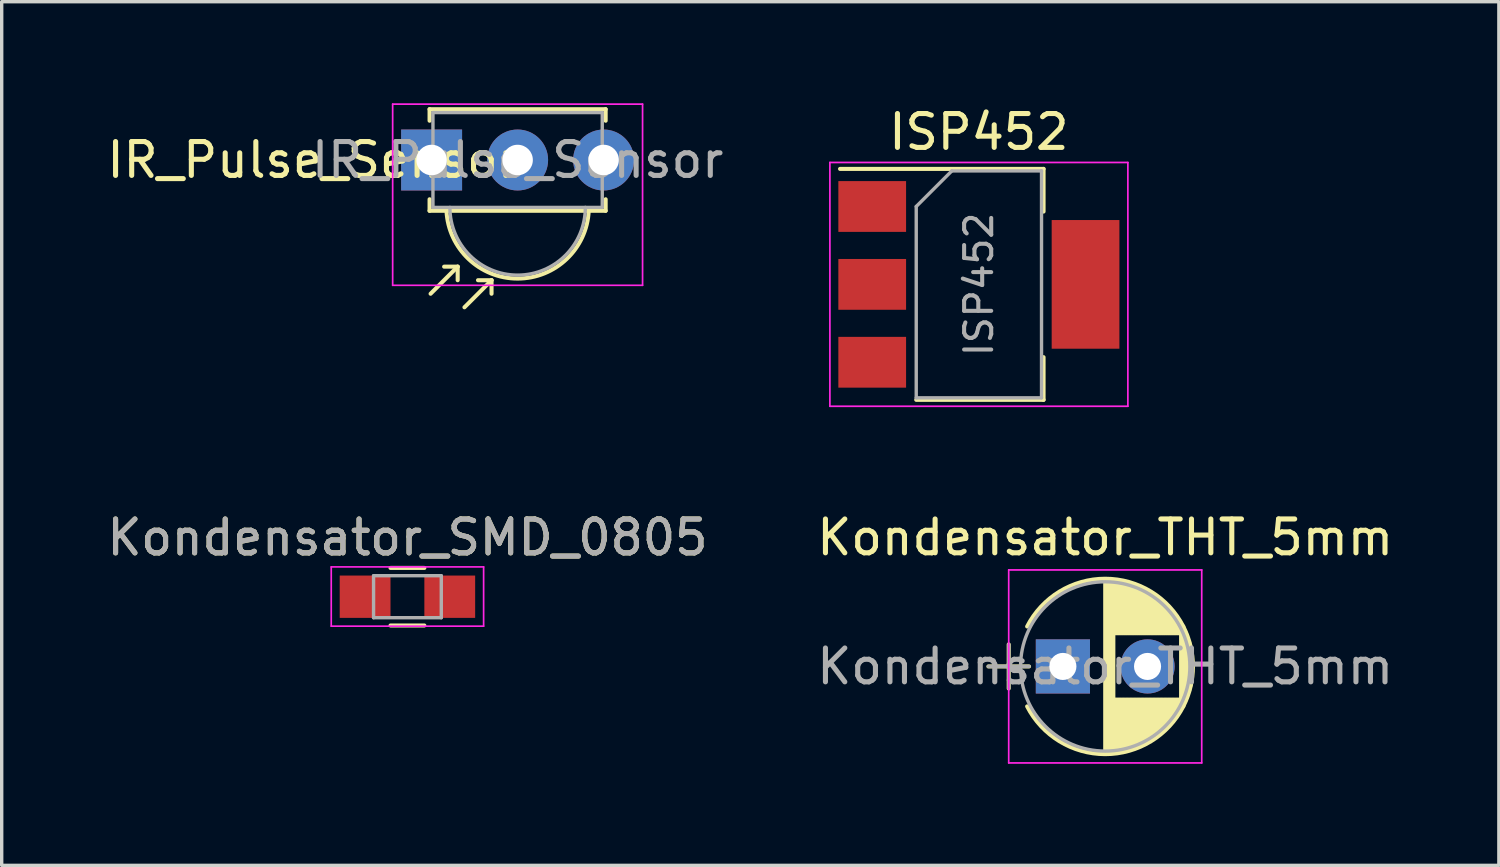
<source format=kicad_pcb>
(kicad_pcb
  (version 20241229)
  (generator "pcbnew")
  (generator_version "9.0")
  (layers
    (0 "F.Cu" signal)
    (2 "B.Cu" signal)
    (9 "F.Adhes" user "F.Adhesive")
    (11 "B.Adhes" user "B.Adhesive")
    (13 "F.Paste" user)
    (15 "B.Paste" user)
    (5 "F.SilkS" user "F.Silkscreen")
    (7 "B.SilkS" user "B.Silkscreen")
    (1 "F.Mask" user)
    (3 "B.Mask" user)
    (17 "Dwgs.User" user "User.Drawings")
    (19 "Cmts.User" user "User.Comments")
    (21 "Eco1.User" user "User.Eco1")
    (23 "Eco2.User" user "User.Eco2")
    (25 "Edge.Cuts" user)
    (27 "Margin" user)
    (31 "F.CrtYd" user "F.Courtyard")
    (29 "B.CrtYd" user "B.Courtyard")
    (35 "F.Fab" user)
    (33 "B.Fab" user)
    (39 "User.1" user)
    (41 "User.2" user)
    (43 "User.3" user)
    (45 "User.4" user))
  (footprint "IR_Pulse_Sensor"
    (layer "F.Cu")
    (at 9.696 1.675)
    (property "Reference" "IR_Pulse_Sensor" (at -3.5 0 180) (layer "F.SilkS") (effects (font (size 1 1) (thickness 0.15))))
    (attr through_hole)
    (fp_line (start -0.06 -1.5) (end -0.06 -1.16) (stroke (width 0.12) (type solid)) (layer "F.SilkS"))
    (fp_line (start -0.06 1.5) (end -0.06 1.16) (stroke (width 0.12) (type solid)) (layer "F.SilkS"))
    (fp_line (start 0.77 3.15) (end -0.03 3.95) (stroke (width 0.12) (type solid)) (layer "F.SilkS"))
    (fp_line (start 0.77 3.15) (end 0.37 3.15) (stroke (width 0.12) (type solid)) (layer "F.SilkS"))
    (fp_line (start 0.77 3.15) (end 0.77 3.55) (stroke (width 0.12) (type solid)) (layer "F.SilkS"))
    (fp_line (start 1.77 3.55) (end 0.97 4.35) (stroke (width 0.12) (type solid)) (layer "F.SilkS"))
    (fp_line (start 1.77 3.55) (end 1.37 3.55) (stroke (width 0.12) (type solid)) (layer "F.SilkS"))
    (fp_line (start 1.77 3.55) (end 1.77 3.95) (stroke (width 0.12) (type solid)) (layer "F.SilkS"))
    (fp_line (start 5.14 -1.5) (end -0.06 -1.5) (stroke (width 0.12) (type solid)) (layer "F.SilkS"))
    (fp_line (start 5.14 -1.16) (end 5.14 -1.5) (stroke (width 0.12) (type solid)) (layer "F.SilkS"))
    (fp_line (start 5.14 1.16) (end 5.14 1.5) (stroke (width 0.12) (type solid)) (layer "F.SilkS"))
    (fp_line (start 5.14 1.5) (end -0.06 1.5) (stroke (width 0.12) (type solid)) (layer "F.SilkS"))
    (fp_arc (start 4.64 1.5) (mid 2.540869 3.502379) (end 0.440083 1.501736) (stroke (width 0.12) (type solid)) (layer "F.SilkS"))
    (fp_line (start -1.15 -1.65) (end -1.15 3.7) (stroke (width 0.05) (type solid)) (layer "F.CrtYd"))
    (fp_line (start -1.15 -1.65) (end 6.23 -1.65) (stroke (width 0.05) (type solid)) (layer "F.CrtYd"))
    (fp_line (start 6.23 3.7) (end -1.15 3.7) (stroke (width 0.05) (type solid)) (layer "F.CrtYd"))
    (fp_line (start 6.23 3.7) (end 6.23 -1.65) (stroke (width 0.05) (type solid)) (layer "F.CrtYd"))
    (fp_line (start 0.04 -1.4) (end 5.04 -1.4) (stroke (width 0.1) (type solid)) (layer "F.Fab"))
    (fp_line (start 0.04 1.4) (end 0.04 -1.4) (stroke (width 0.1) (type solid)) (layer "F.Fab"))
    (fp_line (start 5.04 -1.4) (end 5.04 1.4) (stroke (width 0.1) (type solid)) (layer "F.Fab"))
    (fp_line (start 5.04 1.4) (end 0.04 1.4) (stroke (width 0.1) (type solid)) (layer "F.Fab"))
    (fp_arc (start 4.54 1.4) (mid 2.54 3.4) (end 0.54 1.4) (stroke (width 0.1) (type solid)) (layer "F.Fab"))
    (fp_text user "${REFERENCE}" (at 2.54 0 0) (layer "F.Fab") (effects (font (size 1 1) (thickness 0.15))))
    (pad "1" thru_hole rect (at 0 0) (size 1.8 1.8) (drill 0.9) (layers "*.Cu" "*.Mask"))
    (pad "2" thru_hole circle (at 2.54 0) (size 1.8 1.8) (drill 0.9) (layers "*.Cu" "*.Mask"))
    (pad "3" thru_hole circle (at 5.08 0) (size 1.8 1.8) (drill 0.9) (layers "*.Cu" "*.Mask")))
  (footprint "ISP452"
    (layer "F.Cu")
    (at 25.858 5.348)
    (property "Reference" "ISP452" (at 0 -4.5 0) (layer "F.SilkS") (effects (font (size 1 1) (thickness 0.15))))
    (attr smd)
    (fp_line (start -4.1 -3.41) (end 1.91 -3.41) (stroke (width 0.12) (type solid)) (layer "F.SilkS"))
    (fp_line (start -1.85 3.41) (end 1.91 3.41) (stroke (width 0.12) (type solid)) (layer "F.SilkS"))
    (fp_line (start 1.91 -3.41) (end 1.91 -2.15) (stroke (width 0.12) (type solid)) (layer "F.SilkS"))
    (fp_line (start 1.91 3.41) (end 1.91 2.15) (stroke (width 0.12) (type solid)) (layer "F.SilkS"))
    (fp_line (start -4.4 -3.6) (end -4.4 3.6) (stroke (width 0.05) (type solid)) (layer "F.CrtYd"))
    (fp_line (start -4.4 3.6) (end 4.4 3.6) (stroke (width 0.05) (type solid)) (layer "F.CrtYd"))
    (fp_line (start 4.4 -3.6) (end -4.4 -3.6) (stroke (width 0.05) (type solid)) (layer "F.CrtYd"))
    (fp_line (start 4.4 3.6) (end 4.4 -3.6) (stroke (width 0.05) (type solid)) (layer "F.CrtYd"))
    (fp_line (start -1.85 -2.3) (end -1.85 3.35) (stroke (width 0.1) (type solid)) (layer "F.Fab"))
    (fp_line (start -1.85 -2.3) (end -0.8 -3.35) (stroke (width 0.1) (type solid)) (layer "F.Fab"))
    (fp_line (start -1.85 3.35) (end 1.85 3.35) (stroke (width 0.1) (type solid)) (layer "F.Fab"))
    (fp_line (start -0.8 -3.35) (end 1.85 -3.35) (stroke (width 0.1) (type solid)) (layer "F.Fab"))
    (fp_line (start 1.85 -3.35) (end 1.85 3.35) (stroke (width 0.1) (type solid)) (layer "F.Fab"))
    (fp_text user "${REFERENCE}" (at 0 0 90) (layer "F.Fab") (effects (font (size 0.8 0.8) (thickness 0.12))))
    (pad "1" smd rect (at -3.15 -2.3) (size 2 1.5) (layers "F.Cu" "F.Mask" "F.Paste"))
    (pad "2" smd rect (at -3.15 0) (size 2 1.5) (layers "F.Cu" "F.Mask" "F.Paste"))
    (pad "3" smd rect (at -3.15 2.3) (size 2 1.5) (layers "F.Cu" "F.Mask" "F.Paste"))
    (pad "4" smd rect (at 3.15 0) (size 2 3.8) (layers "F.Cu" "F.Mask" "F.Paste")))
  (footprint "Kondensator_THT_5mm"
    (layer "F.Cu")
    (at 28.339 16.631)
    (property "Reference" "Kondensator_THT_5mm" (at 1.25 -3.81 0) (layer "F.SilkS") (effects (font (size 1 1) (thickness 0.15))))
    (attr through_hole)
    (fp_line (start -2.2 0) (end -1 0) (stroke (width 0.12) (type solid)) (layer "F.SilkS"))
    (fp_line (start -1.6 -0.65) (end -1.6 0.65) (stroke (width 0.12) (type solid)) (layer "F.SilkS"))
    (fp_line (start 1.25 -2.55) (end 1.25 2.55) (stroke (width 0.12) (type solid)) (layer "F.SilkS"))
    (fp_line (start 1.29 -2.55) (end 1.29 2.55) (stroke (width 0.12) (type solid)) (layer "F.SilkS"))
    (fp_line (start 1.33 -2.549) (end 1.33 2.549) (stroke (width 0.12) (type solid)) (layer "F.SilkS"))
    (fp_line (start 1.37 -2.548) (end 1.37 2.548) (stroke (width 0.12) (type solid)) (layer "F.SilkS"))
    (fp_line (start 1.41 -2.546) (end 1.41 2.546) (stroke (width 0.12) (type solid)) (layer "F.SilkS"))
    (fp_line (start 1.45 -2.543) (end 1.45 2.543) (stroke (width 0.12) (type solid)) (layer "F.SilkS"))
    (fp_line (start 1.49 -2.539) (end 1.49 2.539) (stroke (width 0.12) (type solid)) (layer "F.SilkS"))
    (fp_line (start 1.53 -2.535) (end 1.53 -0.98) (stroke (width 0.12) (type solid)) (layer "F.SilkS"))
    (fp_line (start 1.53 0.98) (end 1.53 2.535) (stroke (width 0.12) (type solid)) (layer "F.SilkS"))
    (fp_line (start 1.57 -2.531) (end 1.57 -0.98) (stroke (width 0.12) (type solid)) (layer "F.SilkS"))
    (fp_line (start 1.57 0.98) (end 1.57 2.531) (stroke (width 0.12) (type solid)) (layer "F.SilkS"))
    (fp_line (start 1.61 -2.525) (end 1.61 -0.98) (stroke (width 0.12) (type solid)) (layer "F.SilkS"))
    (fp_line (start 1.61 0.98) (end 1.61 2.525) (stroke (width 0.12) (type solid)) (layer "F.SilkS"))
    (fp_line (start 1.65 -2.519) (end 1.65 -0.98) (stroke (width 0.12) (type solid)) (layer "F.SilkS"))
    (fp_line (start 1.65 0.98) (end 1.65 2.519) (stroke (width 0.12) (type solid)) (layer "F.SilkS"))
    (fp_line (start 1.69 -2.513) (end 1.69 -0.98) (stroke (width 0.12) (type solid)) (layer "F.SilkS"))
    (fp_line (start 1.69 0.98) (end 1.69 2.513) (stroke (width 0.12) (type solid)) (layer "F.SilkS"))
    (fp_line (start 1.73 -2.506) (end 1.73 -0.98) (stroke (width 0.12) (type solid)) (layer "F.SilkS"))
    (fp_line (start 1.73 0.98) (end 1.73 2.506) (stroke (width 0.12) (type solid)) (layer "F.SilkS"))
    (fp_line (start 1.77 -2.498) (end 1.77 -0.98) (stroke (width 0.12) (type solid)) (layer "F.SilkS"))
    (fp_line (start 1.77 0.98) (end 1.77 2.498) (stroke (width 0.12) (type solid)) (layer "F.SilkS"))
    (fp_line (start 1.81 -2.489) (end 1.81 -0.98) (stroke (width 0.12) (type solid)) (layer "F.SilkS"))
    (fp_line (start 1.81 0.98) (end 1.81 2.489) (stroke (width 0.12) (type solid)) (layer "F.SilkS"))
    (fp_line (start 1.85 -2.48) (end 1.85 -0.98) (stroke (width 0.12) (type solid)) (layer "F.SilkS"))
    (fp_line (start 1.85 0.98) (end 1.85 2.48) (stroke (width 0.12) (type solid)) (layer "F.SilkS"))
    (fp_line (start 1.89 -2.47) (end 1.89 -0.98) (stroke (width 0.12) (type solid)) (layer "F.SilkS"))
    (fp_line (start 1.89 0.98) (end 1.89 2.47) (stroke (width 0.12) (type solid)) (layer "F.SilkS"))
    (fp_line (start 1.93 -2.46) (end 1.93 -0.98) (stroke (width 0.12) (type solid)) (layer "F.SilkS"))
    (fp_line (start 1.93 0.98) (end 1.93 2.46) (stroke (width 0.12) (type solid)) (layer "F.SilkS"))
    (fp_line (start 1.971 -2.448) (end 1.971 -0.98) (stroke (width 0.12) (type solid)) (layer "F.SilkS"))
    (fp_line (start 1.971 0.98) (end 1.971 2.448) (stroke (width 0.12) (type solid)) (layer "F.SilkS"))
    (fp_line (start 2.011 -2.436) (end 2.011 -0.98) (stroke (width 0.12) (type solid)) (layer "F.SilkS"))
    (fp_line (start 2.011 0.98) (end 2.011 2.436) (stroke (width 0.12) (type solid)) (layer "F.SilkS"))
    (fp_line (start 2.051 -2.424) (end 2.051 -0.98) (stroke (width 0.12) (type solid)) (layer "F.SilkS"))
    (fp_line (start 2.051 0.98) (end 2.051 2.424) (stroke (width 0.12) (type solid)) (layer "F.SilkS"))
    (fp_line (start 2.091 -2.41) (end 2.091 -0.98) (stroke (width 0.12) (type solid)) (layer "F.SilkS"))
    (fp_line (start 2.091 0.98) (end 2.091 2.41) (stroke (width 0.12) (type solid)) (layer "F.SilkS"))
    (fp_line (start 2.131 -2.396) (end 2.131 -0.98) (stroke (width 0.12) (type solid)) (layer "F.SilkS"))
    (fp_line (start 2.131 0.98) (end 2.131 2.396) (stroke (width 0.12) (type solid)) (layer "F.SilkS"))
    (fp_line (start 2.171 -2.382) (end 2.171 -0.98) (stroke (width 0.12) (type solid)) (layer "F.SilkS"))
    (fp_line (start 2.171 0.98) (end 2.171 2.382) (stroke (width 0.12) (type solid)) (layer "F.SilkS"))
    (fp_line (start 2.211 -2.366) (end 2.211 -0.98) (stroke (width 0.12) (type solid)) (layer "F.SilkS"))
    (fp_line (start 2.211 0.98) (end 2.211 2.366) (stroke (width 0.12) (type solid)) (layer "F.SilkS"))
    (fp_line (start 2.251 -2.35) (end 2.251 -0.98) (stroke (width 0.12) (type solid)) (layer "F.SilkS"))
    (fp_line (start 2.251 0.98) (end 2.251 2.35) (stroke (width 0.12) (type solid)) (layer "F.SilkS"))
    (fp_line (start 2.291 -2.333) (end 2.291 -0.98) (stroke (width 0.12) (type solid)) (layer "F.SilkS"))
    (fp_line (start 2.291 0.98) (end 2.291 2.333) (stroke (width 0.12) (type solid)) (layer "F.SilkS"))
    (fp_line (start 2.331 -2.315) (end 2.331 -0.98) (stroke (width 0.12) (type solid)) (layer "F.SilkS"))
    (fp_line (start 2.331 0.98) (end 2.331 2.315) (stroke (width 0.12) (type solid)) (layer "F.SilkS"))
    (fp_line (start 2.371 -2.296) (end 2.371 -0.98) (stroke (width 0.12) (type solid)) (layer "F.SilkS"))
    (fp_line (start 2.371 0.98) (end 2.371 2.296) (stroke (width 0.12) (type solid)) (layer "F.SilkS"))
    (fp_line (start 2.411 -2.276) (end 2.411 -0.98) (stroke (width 0.12) (type solid)) (layer "F.SilkS"))
    (fp_line (start 2.411 0.98) (end 2.411 2.276) (stroke (width 0.12) (type solid)) (layer "F.SilkS"))
    (fp_line (start 2.451 -2.256) (end 2.451 -0.98) (stroke (width 0.12) (type solid)) (layer "F.SilkS"))
    (fp_line (start 2.451 0.98) (end 2.451 2.256) (stroke (width 0.12) (type solid)) (layer "F.SilkS"))
    (fp_line (start 2.491 -2.234) (end 2.491 -0.98) (stroke (width 0.12) (type solid)) (layer "F.SilkS"))
    (fp_line (start 2.491 0.98) (end 2.491 2.234) (stroke (width 0.12) (type solid)) (layer "F.SilkS"))
    (fp_line (start 2.531 -2.212) (end 2.531 -0.98) (stroke (width 0.12) (type solid)) (layer "F.SilkS"))
    (fp_line (start 2.531 0.98) (end 2.531 2.212) (stroke (width 0.12) (type solid)) (layer "F.SilkS"))
    (fp_line (start 2.571 -2.189) (end 2.571 -0.98) (stroke (width 0.12) (type solid)) (layer "F.SilkS"))
    (fp_line (start 2.571 0.98) (end 2.571 2.189) (stroke (width 0.12) (type solid)) (layer "F.SilkS"))
    (fp_line (start 2.611 -2.165) (end 2.611 -0.98) (stroke (width 0.12) (type solid)) (layer "F.SilkS"))
    (fp_line (start 2.611 0.98) (end 2.611 2.165) (stroke (width 0.12) (type solid)) (layer "F.SilkS"))
    (fp_line (start 2.651 -2.14) (end 2.651 -0.98) (stroke (width 0.12) (type solid)) (layer "F.SilkS"))
    (fp_line (start 2.651 0.98) (end 2.651 2.14) (stroke (width 0.12) (type solid)) (layer "F.SilkS"))
    (fp_line (start 2.691 -2.113) (end 2.691 -0.98) (stroke (width 0.12) (type solid)) (layer "F.SilkS"))
    (fp_line (start 2.691 0.98) (end 2.691 2.113) (stroke (width 0.12) (type solid)) (layer "F.SilkS"))
    (fp_line (start 2.731 -2.086) (end 2.731 -0.98) (stroke (width 0.12) (type solid)) (layer "F.SilkS"))
    (fp_line (start 2.731 0.98) (end 2.731 2.086) (stroke (width 0.12) (type solid)) (layer "F.SilkS"))
    (fp_line (start 2.771 -2.058) (end 2.771 -0.98) (stroke (width 0.12) (type solid)) (layer "F.SilkS"))
    (fp_line (start 2.771 0.98) (end 2.771 2.058) (stroke (width 0.12) (type solid)) (layer "F.SilkS"))
    (fp_line (start 2.811 -2.028) (end 2.811 -0.98) (stroke (width 0.12) (type solid)) (layer "F.SilkS"))
    (fp_line (start 2.811 0.98) (end 2.811 2.028) (stroke (width 0.12) (type solid)) (layer "F.SilkS"))
    (fp_line (start 2.851 -1.997) (end 2.851 -0.98) (stroke (width 0.12) (type solid)) (layer "F.SilkS"))
    (fp_line (start 2.851 0.98) (end 2.851 1.997) (stroke (width 0.12) (type solid)) (layer "F.SilkS"))
    (fp_line (start 2.891 -1.965) (end 2.891 -0.98) (stroke (width 0.12) (type solid)) (layer "F.SilkS"))
    (fp_line (start 2.891 0.98) (end 2.891 1.965) (stroke (width 0.12) (type solid)) (layer "F.SilkS"))
    (fp_line (start 2.931 -1.932) (end 2.931 -0.98) (stroke (width 0.12) (type solid)) (layer "F.SilkS"))
    (fp_line (start 2.931 0.98) (end 2.931 1.932) (stroke (width 0.12) (type solid)) (layer "F.SilkS"))
    (fp_line (start 2.971 -1.897) (end 2.971 -0.98) (stroke (width 0.12) (type solid)) (layer "F.SilkS"))
    (fp_line (start 2.971 0.98) (end 2.971 1.897) (stroke (width 0.12) (type solid)) (layer "F.SilkS"))
    (fp_line (start 3.011 -1.861) (end 3.011 -0.98) (stroke (width 0.12) (type solid)) (layer "F.SilkS"))
    (fp_line (start 3.011 0.98) (end 3.011 1.861) (stroke (width 0.12) (type solid)) (layer "F.SilkS"))
    (fp_line (start 3.051 -1.823) (end 3.051 -0.98) (stroke (width 0.12) (type solid)) (layer "F.SilkS"))
    (fp_line (start 3.051 0.98) (end 3.051 1.823) (stroke (width 0.12) (type solid)) (layer "F.SilkS"))
    (fp_line (start 3.091 -1.783) (end 3.091 -0.98) (stroke (width 0.12) (type solid)) (layer "F.SilkS"))
    (fp_line (start 3.091 0.98) (end 3.091 1.783) (stroke (width 0.12) (type solid)) (layer "F.SilkS"))
    (fp_line (start 3.131 -1.742) (end 3.131 -0.98) (stroke (width 0.12) (type solid)) (layer "F.SilkS"))
    (fp_line (start 3.131 0.98) (end 3.131 1.742) (stroke (width 0.12) (type solid)) (layer "F.SilkS"))
    (fp_line (start 3.171 -1.699) (end 3.171 -0.98) (stroke (width 0.12) (type solid)) (layer "F.SilkS"))
    (fp_line (start 3.171 0.98) (end 3.171 1.699) (stroke (width 0.12) (type solid)) (layer "F.SilkS"))
    (fp_line (start 3.211 -1.654) (end 3.211 -0.98) (stroke (width 0.12) (type solid)) (layer "F.SilkS"))
    (fp_line (start 3.211 0.98) (end 3.211 1.654) (stroke (width 0.12) (type solid)) (layer "F.SilkS"))
    (fp_line (start 3.251 -1.606) (end 3.251 -0.98) (stroke (width 0.12) (type solid)) (layer "F.SilkS"))
    (fp_line (start 3.251 0.98) (end 3.251 1.606) (stroke (width 0.12) (type solid)) (layer "F.SilkS"))
    (fp_line (start 3.291 -1.556) (end 3.291 -0.98) (stroke (width 0.12) (type solid)) (layer "F.SilkS"))
    (fp_line (start 3.291 0.98) (end 3.291 1.556) (stroke (width 0.12) (type solid)) (layer "F.SilkS"))
    (fp_line (start 3.331 -1.504) (end 3.331 -0.98) (stroke (width 0.12) (type solid)) (layer "F.SilkS"))
    (fp_line (start 3.331 0.98) (end 3.331 1.504) (stroke (width 0.12) (type solid)) (layer "F.SilkS"))
    (fp_line (start 3.371 -1.448) (end 3.371 -0.98) (stroke (width 0.12) (type solid)) (layer "F.SilkS"))
    (fp_line (start 3.371 0.98) (end 3.371 1.448) (stroke (width 0.12) (type solid)) (layer "F.SilkS"))
    (fp_line (start 3.411 -1.39) (end 3.411 -0.98) (stroke (width 0.12) (type solid)) (layer "F.SilkS"))
    (fp_line (start 3.411 0.98) (end 3.411 1.39) (stroke (width 0.12) (type solid)) (layer "F.SilkS"))
    (fp_line (start 3.451 -1.327) (end 3.451 -0.98) (stroke (width 0.12) (type solid)) (layer "F.SilkS"))
    (fp_line (start 3.451 0.98) (end 3.451 1.327) (stroke (width 0.12) (type solid)) (layer "F.SilkS"))
    (fp_line (start 3.491 -1.261) (end 3.491 1.261) (stroke (width 0.12) (type solid)) (layer "F.SilkS"))
    (fp_line (start 3.531 -1.189) (end 3.531 1.189) (stroke (width 0.12) (type solid)) (layer "F.SilkS"))
    (fp_line (start 3.571 -1.112) (end 3.571 1.112) (stroke (width 0.12) (type solid)) (layer "F.SilkS"))
    (fp_line (start 3.611 -1.028) (end 3.611 1.028) (stroke (width 0.12) (type solid)) (layer "F.SilkS"))
    (fp_line (start 3.651 -0.934) (end 3.651 0.934) (stroke (width 0.12) (type solid)) (layer "F.SilkS"))
    (fp_line (start 3.691 -0.829) (end 3.691 0.829) (stroke (width 0.12) (type solid)) (layer "F.SilkS"))
    (fp_line (start 3.731 -0.707) (end 3.731 0.707) (stroke (width 0.12) (type solid)) (layer "F.SilkS"))
    (fp_line (start 3.771 -0.559) (end 3.771 0.559) (stroke (width 0.12) (type solid)) (layer "F.SilkS"))
    (fp_line (start 3.811 -0.354) (end 3.811 0.354) (stroke (width 0.12) (type solid)) (layer "F.SilkS"))
    (fp_arc (start -1.05558 -1.18) (mid 1.250156 -2.59) (end 3.555722 -1.179722) (stroke (width 0.12) (type solid)) (layer "F.SilkS"))
    (fp_arc (start 3.55558 -1.18) (mid 3.84 -0.000156) (end 3.555722 1.179722) (stroke (width 0.12) (type solid)) (layer "F.SilkS"))
    (fp_arc (start 3.555722 1.179722) (mid 1.250156 2.59) (end -1.05558 1.18) (stroke (width 0.12) (type solid)) (layer "F.SilkS"))
    (fp_line (start -1.6 -2.85) (end -1.6 2.85) (stroke (width 0.05) (type solid)) (layer "F.CrtYd"))
    (fp_line (start -1.6 2.85) (end 4.1 2.85) (stroke (width 0.05) (type solid)) (layer "F.CrtYd"))
    (fp_line (start 4.1 -2.85) (end -1.6 -2.85) (stroke (width 0.05) (type solid)) (layer "F.CrtYd"))
    (fp_line (start 4.1 2.85) (end 4.1 -2.85) (stroke (width 0.05) (type solid)) (layer "F.CrtYd"))
    (fp_line (start -2.2 0) (end -1 0) (stroke (width 0.1) (type solid)) (layer "F.Fab"))
    (fp_line (start -1.6 -0.65) (end -1.6 0.65) (stroke (width 0.1) (type solid)) (layer "F.Fab"))
    (fp_circle (center 1.25 0) (end 3.75 0) (stroke (width 0.1) (type solid)) (fill no) (layer "F.Fab"))
    (fp_text user "${REFERENCE}" (at 1.25 0 0) (layer "F.Fab") (effects (font (size 1 1) (thickness 0.15))))
    (pad "1" thru_hole rect (at 0 0) (size 1.6 1.6) (drill 0.8) (layers "*.Cu" "*.Mask"))
    (pad "2" thru_hole circle (at 2.5 0) (size 1.6 1.6) (drill 0.8) (layers "*.Cu" "*.Mask")))
  (footprint "Kondensator_SMD_0805"
    (layer "F.Cu")
    (at 8.982 14.572)
    (property "Reference" "Kondensator_SMD_0805" (at 0 -1.75 0) (layer "F.SilkS") (effects (font (size 1 1) (thickness 0.15))))
    (attr smd)
    (fp_line (start -0.5 0.85) (end 0.5 0.85) (stroke (width 0.12) (type solid)) (layer "F.SilkS"))
    (fp_line (start 0.5 -0.85) (end -0.5 -0.85) (stroke (width 0.12) (type solid)) (layer "F.SilkS"))
    (fp_line (start -2.25 -0.88) (end -2.25 0.87) (stroke (width 0.05) (type solid)) (layer "F.CrtYd"))
    (fp_line (start -2.25 -0.88) (end 2.25 -0.88) (stroke (width 0.05) (type solid)) (layer "F.CrtYd"))
    (fp_line (start 2.25 0.87) (end -2.25 0.87) (stroke (width 0.05) (type solid)) (layer "F.CrtYd"))
    (fp_line (start 2.25 0.87) (end 2.25 -0.88) (stroke (width 0.05) (type solid)) (layer "F.CrtYd"))
    (fp_line (start -1 -0.62) (end 1 -0.62) (stroke (width 0.1) (type solid)) (layer "F.Fab"))
    (fp_line (start -1 0.62) (end -1 -0.62) (stroke (width 0.1) (type solid)) (layer "F.Fab"))
    (fp_line (start 1 -0.62) (end 1 0.62) (stroke (width 0.1) (type solid)) (layer "F.Fab"))
    (fp_line (start 1 0.62) (end -1 0.62) (stroke (width 0.1) (type solid)) (layer "F.Fab"))
    (fp_text user "${REFERENCE}" (at 0 -1.75 0) (layer "F.Fab") (effects (font (size 1 1) (thickness 0.15))))
    (pad "1" smd rect (at -1.25 0) (size 1.5 1.25) (layers "F.Cu" "F.Mask" "F.Paste"))
    (pad "2" smd rect (at 1.25 0) (size 1.5 1.25) (layers "F.Cu" "F.Mask" "F.Paste")))
  (gr_rect
    (start -3 -3)
    (end 41.214 22.506)
    (stroke (width 0.1) (type default))
    (fill no)
    (layer "Edge.Cuts")))
</source>
